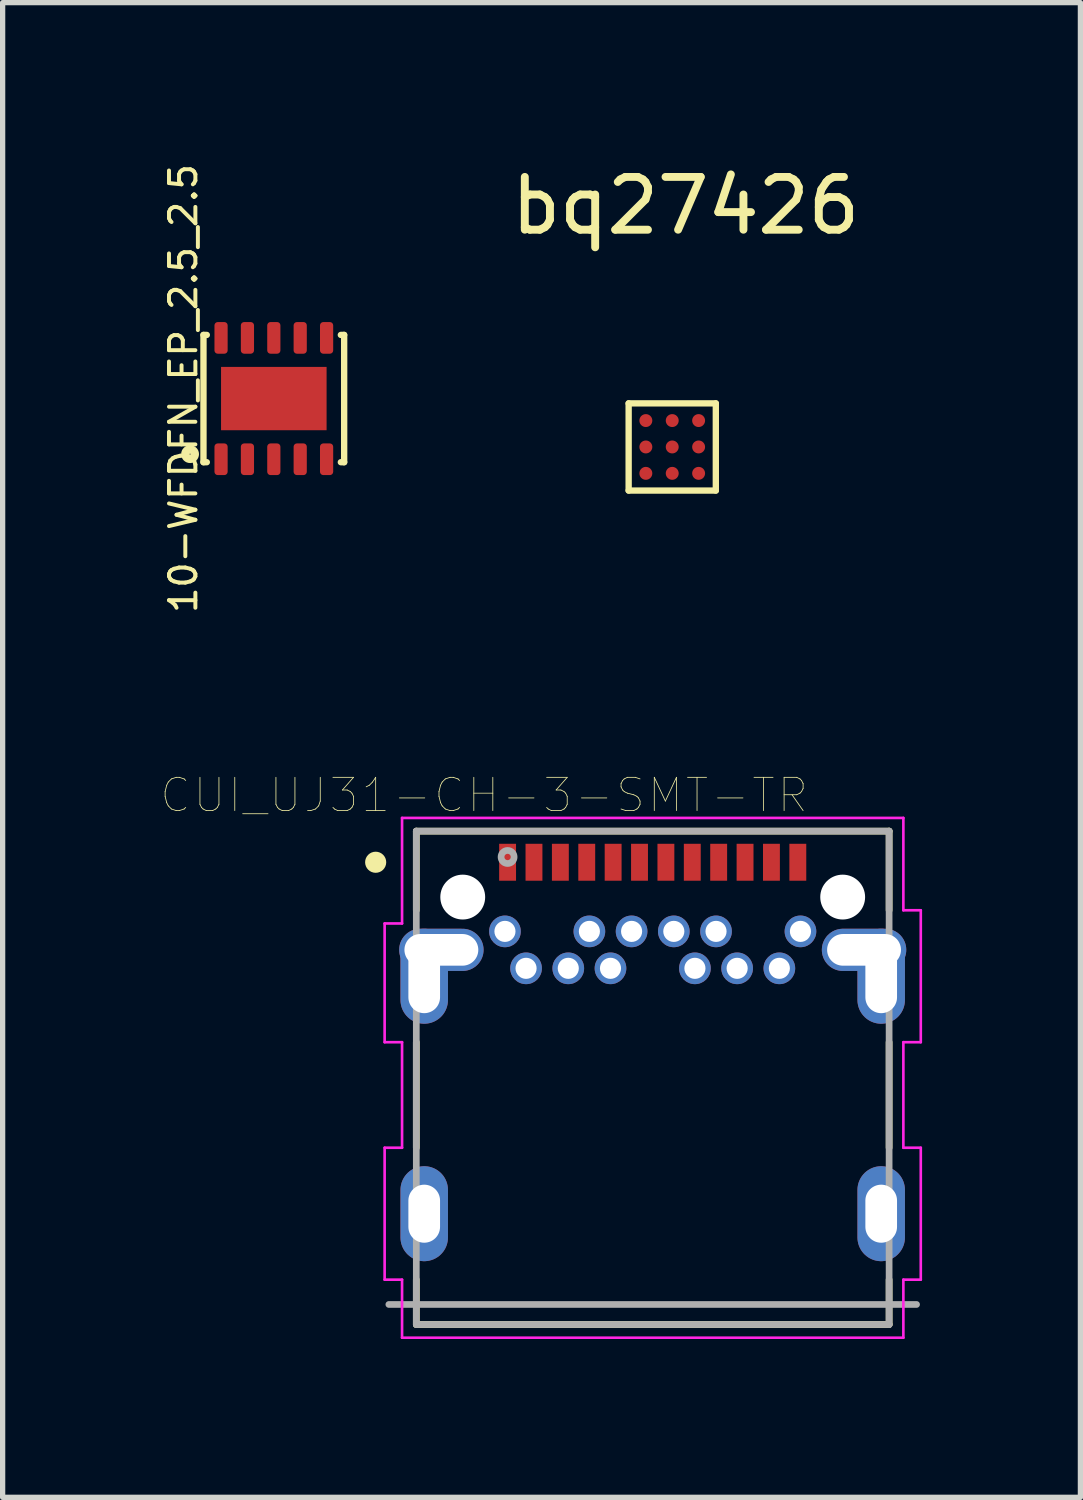
<source format=kicad_pcb>
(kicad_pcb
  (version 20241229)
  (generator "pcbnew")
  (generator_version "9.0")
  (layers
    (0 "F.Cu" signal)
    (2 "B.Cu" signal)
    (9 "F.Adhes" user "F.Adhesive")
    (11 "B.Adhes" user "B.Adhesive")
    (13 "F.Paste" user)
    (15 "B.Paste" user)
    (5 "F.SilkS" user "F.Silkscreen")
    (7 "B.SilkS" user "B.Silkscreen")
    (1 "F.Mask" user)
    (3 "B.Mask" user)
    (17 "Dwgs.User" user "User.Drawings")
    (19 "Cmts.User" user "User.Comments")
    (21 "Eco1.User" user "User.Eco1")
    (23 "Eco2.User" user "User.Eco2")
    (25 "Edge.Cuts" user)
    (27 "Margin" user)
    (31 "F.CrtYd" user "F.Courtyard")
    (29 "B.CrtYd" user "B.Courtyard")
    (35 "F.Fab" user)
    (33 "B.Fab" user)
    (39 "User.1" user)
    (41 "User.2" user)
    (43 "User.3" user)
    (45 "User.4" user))
  (footprint "bq27426"
    (layer "F.Cu")
    (at 9.689 5.42)
    (property "Reference" "bq27426" (at 0.254 -4.572 0) (layer "F.SilkS") (effects (font (size 1 1) (thickness 0.15))))
    (attr through_hole)
    (fp_line (start -0.826 -0.826) (end 0.826 -0.826) (stroke (width 0.12) (type solid)) (layer "F.SilkS"))
    (fp_line (start -0.826 0.826) (end -0.826 -0.826) (stroke (width 0.12) (type solid)) (layer "F.SilkS"))
    (fp_line (start 0.826 -0.826) (end 0.826 0.826) (stroke (width 0.12) (type solid)) (layer "F.SilkS"))
    (fp_line (start 0.826 0.826) (end -0.826 0.826) (stroke (width 0.12) (type solid)) (layer "F.SilkS"))
    (pad "A1" smd circle (at -0.5 -0.5 90) (size 0.245 0.245) (layers "F.Cu" "F.Mask" "F.Paste"))
    (pad "A2" smd circle (at 0 -0.5 90) (size 0.245 0.245) (layers "F.Cu" "F.Mask" "F.Paste"))
    (pad "A3" smd circle (at 0.5 -0.5 90) (size 0.245 0.245) (layers "F.Cu" "F.Mask" "F.Paste"))
    (pad "B1" smd circle (at -0.5 0 90) (size 0.245 0.245) (layers "F.Cu" "F.Mask" "F.Paste"))
    (pad "B2" smd circle (at 0 0 90) (size 0.245 0.245) (layers "F.Cu" "F.Mask" "F.Paste"))
    (pad "B3" smd circle (at 0.5 0 90) (size 0.245 0.245) (layers "F.Cu" "F.Mask" "F.Paste"))
    (pad "C1" smd circle (at -0.5 0.5 90) (size 0.245 0.245) (layers "F.Cu" "F.Mask" "F.Paste"))
    (pad "C2" smd circle (at 0 0.5 90) (size 0.245 0.245) (layers "F.Cu" "F.Mask" "F.Paste"))
    (pad "C3" smd circle (at 0.5 0.5 90) (size 0.245 0.245) (layers "F.Cu" "F.Mask" "F.Paste")))
  (footprint "10-WFDFN_EP_2.5_2.5"
    (layer "F.Cu")
    (at 2.139 4.503)
    (property "Reference" "10-WFDFN_EP_2.5_2.5" (at -1.714 -0.191 90) (layer "F.SilkS") (effects (font (size 0.5 0.5) (thickness 0.075))))
    (attr through_hole)
    (fp_line (start -1.333 -1.206) (end -1.333 1.206) (stroke (width 0.12) (type solid)) (layer "F.SilkS"))
    (fp_line (start -1.333 -1.206) (end -1.27 -1.206) (stroke (width 0.12) (type solid)) (layer "F.SilkS"))
    (fp_line (start -1.333 1.206) (end -1.27 1.206) (stroke (width 0.12) (type solid)) (layer "F.SilkS"))
    (fp_line (start 1.333 -1.206) (end 1.27 -1.206) (stroke (width 0.12) (type solid)) (layer "F.SilkS"))
    (fp_line (start 1.333 1.206) (end 1.27 1.206) (stroke (width 0.12) (type solid)) (layer "F.SilkS"))
    (fp_line (start 1.333 1.206) (end 1.333 -1.206) (stroke (width 0.12) (type solid)) (layer "F.SilkS"))
    (fp_circle (center -1.587 1.053) (end -1.498 1.053) (stroke (width 0.16) (type solid)) (fill no) (layer "F.SilkS"))
    (pad "1" smd roundrect (at -1 1.15) (size 0.25 0.6) (layers "F.Cu" "F.Mask" "F.Paste") (roundrect_rratio 0.25))
    (pad "2" smd roundrect (at -0.5 1.15) (size 0.25 0.6) (layers "F.Cu" "F.Mask" "F.Paste") (roundrect_rratio 0.25))
    (pad "3" smd rect (at 0 0) (size 2 1.2) (layers "F.Cu" "F.Mask" "F.Paste"))
    (pad "3" smd roundrect (at 0 1.15) (size 0.25 0.6) (layers "F.Cu" "F.Mask" "F.Paste") (roundrect_rratio 0.25))
    (pad "4" smd roundrect (at 0.5 1.15) (size 0.25 0.6) (layers "F.Cu" "F.Mask" "F.Paste") (roundrect_rratio 0.25))
    (pad "5" smd roundrect (at 1 1.15) (size 0.25 0.6) (layers "F.Cu" "F.Mask" "F.Paste") (roundrect_rratio 0.25))
    (pad "6" smd roundrect (at 1 -1.15) (size 0.25 0.6) (layers "F.Cu" "F.Mask" "F.Paste") (roundrect_rratio 0.25))
    (pad "7" smd roundrect (at 0.5 -1.15) (size 0.25 0.6) (layers "F.Cu" "F.Mask" "F.Paste") (roundrect_rratio 0.25))
    (pad "8" smd roundrect (at 0 -1.15) (size 0.25 0.6) (layers "F.Cu" "F.Mask" "F.Paste") (roundrect_rratio 0.25))
    (pad "9" smd roundrect (at -0.5 -1.15) (size 0.25 0.6) (layers "F.Cu" "F.Mask" "F.Paste") (roundrect_rratio 0.25))
    (pad "10" smd roundrect (at -1 -1.15) (size 0.25 0.6) (layers "F.Cu" "F.Mask" "F.Paste") (roundrect_rratio 0.25)))
  (footprint "CUI_UJ31-CH-3-SMT-TR"
    (layer "F.Cu")
    (at 6.569 13.29)
    (property "Reference" "CUI_UJ31-CH-3-SMT-TR" (at -0.445 -1.27 0) (layer "F.SilkS") (effects (font (size 0.63 0.63) (thickness 0.015))))
    (attr through_hole)
    (fp_poly (pts (xy 6.2 0.135) (xy 6.5 0.135) (xy 6.555 0.138) (xy 6.609 0.146) (xy 6.662 0.161) (xy 6.714 0.18) (xy 6.763 0.205) (xy 6.809 0.235) (xy 6.851 0.27) (xy 6.89 0.309) (xy 6.925 0.351) (xy 6.955 0.398) (xy 6.98 0.446) (xy 6.999 0.498) (xy 7.014 0.551) (xy 7.022 0.605) (xy 7.025 0.66) (xy 7.022 0.715) (xy 7.014 0.769) (xy 6.999 0.822) (xy 6.98 0.874) (xy 6.955 0.922) (xy 6.925 0.969) (xy 6.89 1.011) (xy 6.851 1.05) (xy 6.809 1.085) (xy 6.763 1.115) (xy 6.714 1.14) (xy 6.662 1.159) (xy 6.609 1.174) (xy 6.555 1.182) (xy 6.5 1.185) (xy 6.2 1.185) (xy 6.145 1.182) (xy 6.091 1.174) (xy 6.038 1.159) (xy 5.986 1.14) (xy 5.938 1.115) (xy 5.891 1.085) (xy 5.849 1.05) (xy 5.81 1.011) (xy 5.775 0.969) (xy 5.745 0.922) (xy 5.72 0.874) (xy 5.701 0.822) (xy 5.686 0.769) (xy 5.678 0.715) (xy 5.675 0.66) (xy 5.678 0.605) (xy 5.686 0.551) (xy 5.701 0.498) (xy 5.72 0.446) (xy 5.745 0.398) (xy 5.775 0.351) (xy 5.81 0.309) (xy 5.849 0.27) (xy 5.891 0.235) (xy 5.938 0.205) (xy 5.986 0.18) (xy 6.038 0.161) (xy 6.091 0.146) (xy 6.145 0.138) (xy 6.2 0.135)) (stroke (width 0.05) (type solid)) (fill yes) (layer "F.Mask"))
    (fp_poly (pts (xy 6.2 0.135) (xy 6.5 0.135) (xy 6.555 0.138) (xy 6.609 0.146) (xy 6.662 0.161) (xy 6.714 0.18) (xy 6.763 0.205) (xy 6.809 0.235) (xy 6.851 0.27) (xy 6.89 0.309) (xy 6.925 0.351) (xy 6.955 0.398) (xy 6.98 0.446) (xy 6.999 0.498) (xy 7.014 0.551) (xy 7.022 0.605) (xy 7.025 0.66) (xy 7.022 0.715) (xy 7.014 0.769) (xy 6.999 0.822) (xy 6.98 0.874) (xy 6.955 0.922) (xy 6.925 0.969) (xy 6.89 1.011) (xy 6.851 1.05) (xy 6.809 1.085) (xy 6.763 1.115) (xy 6.714 1.14) (xy 6.662 1.159) (xy 6.609 1.174) (xy 6.555 1.182) (xy 6.5 1.185) (xy 6.2 1.185) (xy 6.145 1.182) (xy 6.091 1.174) (xy 6.038 1.159) (xy 5.986 1.14) (xy 5.938 1.115) (xy 5.891 1.085) (xy 5.849 1.05) (xy 5.81 1.011) (xy 5.775 0.969) (xy 5.745 0.922) (xy 5.72 0.874) (xy 5.701 0.822) (xy 5.686 0.769) (xy 5.678 0.715) (xy 5.675 0.66) (xy 5.678 0.605) (xy 5.686 0.551) (xy 5.701 0.498) (xy 5.72 0.446) (xy 5.745 0.398) (xy 5.775 0.351) (xy 5.81 0.309) (xy 5.849 0.27) (xy 5.891 0.235) (xy 5.938 0.205) (xy 5.986 0.18) (xy 6.038 0.161) (xy 6.091 0.146) (xy 6.145 0.138) (xy 6.2 0.135)) (stroke (width 0.05) (type solid)) (fill yes) (layer "B.Mask"))
    (fp_line (start -1.73 -0.59) (end -1.73 0.91) (stroke (width 0.127) (type solid)) (layer "F.SilkS"))
    (fp_line (start -1.73 -0.59) (end 7.23 -0.59) (stroke (width 0.127) (type solid)) (layer "F.SilkS"))
    (fp_line (start -1.73 3.41) (end -1.73 5.41) (stroke (width 0.127) (type solid)) (layer "F.SilkS"))
    (fp_line (start -1.73 7.91) (end -1.73 8.76) (stroke (width 0.127) (type solid)) (layer "F.SilkS"))
    (fp_line (start -1.73 8.76) (end 7.23 8.76) (stroke (width 0.127) (type solid)) (layer "F.SilkS"))
    (fp_line (start 7.23 -0.59) (end 7.23 0.91) (stroke (width 0.127) (type solid)) (layer "F.SilkS"))
    (fp_line (start 7.23 5.41) (end 7.23 3.41) (stroke (width 0.127) (type solid)) (layer "F.SilkS"))
    (fp_line (start 7.23 8.76) (end 7.23 7.91) (stroke (width 0.127) (type solid)) (layer "F.SilkS"))
    (fp_circle (center -2.5 0) (end -2.4 0) (stroke (width 0.2) (type solid)) (fill no) (layer "F.SilkS"))
    (fp_line (start -2.33 1.16) (end -2 1.16) (stroke (width 0.05) (type solid)) (layer "F.CrtYd"))
    (fp_line (start -2.33 3.41) (end -2.33 1.16) (stroke (width 0.05) (type solid)) (layer "F.CrtYd"))
    (fp_line (start -2.33 5.41) (end -2 5.41) (stroke (width 0.05) (type solid)) (layer "F.CrtYd"))
    (fp_line (start -2.33 7.91) (end -2.33 5.41) (stroke (width 0.05) (type solid)) (layer "F.CrtYd"))
    (fp_line (start -2 -0.84) (end 7.5 -0.84) (stroke (width 0.05) (type solid)) (layer "F.CrtYd"))
    (fp_line (start -2 1.16) (end -2 -0.84) (stroke (width 0.05) (type solid)) (layer "F.CrtYd"))
    (fp_line (start -2 3.41) (end -2.33 3.41) (stroke (width 0.05) (type solid)) (layer "F.CrtYd"))
    (fp_line (start -2 5.41) (end -2 3.41) (stroke (width 0.05) (type solid)) (layer "F.CrtYd"))
    (fp_line (start -2 7.91) (end -2.33 7.91) (stroke (width 0.05) (type solid)) (layer "F.CrtYd"))
    (fp_line (start -2 9.01) (end -2 7.91) (stroke (width 0.05) (type solid)) (layer "F.CrtYd"))
    (fp_line (start 7.5 -0.84) (end 7.5 0.91) (stroke (width 0.05) (type solid)) (layer "F.CrtYd"))
    (fp_line (start 7.5 0.91) (end 7.83 0.91) (stroke (width 0.05) (type solid)) (layer "F.CrtYd"))
    (fp_line (start 7.5 3.41) (end 7.5 5.41) (stroke (width 0.05) (type solid)) (layer "F.CrtYd"))
    (fp_line (start 7.5 5.41) (end 7.83 5.41) (stroke (width 0.05) (type solid)) (layer "F.CrtYd"))
    (fp_line (start 7.5 7.91) (end 7.5 9.01) (stroke (width 0.05) (type solid)) (layer "F.CrtYd"))
    (fp_line (start 7.5 9.01) (end -2 9.01) (stroke (width 0.05) (type solid)) (layer "F.CrtYd"))
    (fp_line (start 7.83 0.91) (end 7.83 3.41) (stroke (width 0.05) (type solid)) (layer "F.CrtYd"))
    (fp_line (start 7.83 3.41) (end 7.5 3.41) (stroke (width 0.05) (type solid)) (layer "F.CrtYd"))
    (fp_line (start 7.83 5.41) (end 7.83 7.91) (stroke (width 0.05) (type solid)) (layer "F.CrtYd"))
    (fp_line (start 7.83 7.91) (end 7.5 7.91) (stroke (width 0.05) (type solid)) (layer "F.CrtYd"))
    (fp_line (start -2.25 8.38) (end 7.75 8.38) (stroke (width 0.127) (type solid)) (layer "F.Fab"))
    (fp_line (start -1.73 -0.59) (end 7.23 -0.59) (stroke (width 0.127) (type solid)) (layer "F.Fab"))
    (fp_line (start -1.73 8.76) (end -1.73 -0.59) (stroke (width 0.127) (type solid)) (layer "F.Fab"))
    (fp_line (start 7.23 -0.59) (end 7.23 8.76) (stroke (width 0.127) (type solid)) (layer "F.Fab"))
    (fp_line (start 7.23 8.76) (end -1.73 8.76) (stroke (width 0.127) (type solid)) (layer "F.Fab"))
    (fp_circle (center 0 -0.1) (end 0.06 -0.1) (stroke (width 0.127) (type solid)) (fill no) (layer "F.Fab"))
    (pad "" np_thru_hole circle (at -0.85 0.66) (size 0.85 0.85) (drill 0.85) (layers "*.Cu" "*.Mask"))
    (pad "" np_thru_hole circle (at 6.35 0.66) (size 0.85 0.85) (drill 0.85) (layers "*.Cu" "*.Mask"))
    (pad "0" thru_hole oval (at -1.58 2.16) (size 0.9 1.8) (drill oval 0.6 1.4) (layers "*.Cu" "*.Mask"))
    (pad "0" thru_hole oval (at -1.58 6.66) (size 0.9 1.8) (drill oval 0.6 1.1) (layers "*.Cu" "*.Mask"))
    (pad "0" thru_hole oval (at -1.255 1.66) (size 1.6 0.8) (drill oval 1.4 0.6) (layers "*.Cu" "*.Mask"))
    (pad "0" thru_hole oval (at 6.755 1.66) (size 1.6 0.8) (drill oval 1.4 0.6) (layers "*.Cu" "*.Mask"))
    (pad "0" thru_hole oval (at 7.08 2.16) (size 0.9 1.8) (drill oval 0.6 1.4) (layers "*.Cu" "*.Mask"))
    (pad "0" thru_hole oval (at 7.08 6.66) (size 0.9 1.8) (drill oval 0.6 1.1) (layers "*.Cu" "*.Mask"))
    (pad "A1" smd rect (at 0 0) (size 0.32 0.7) (layers "F.Cu" "F.Mask" "F.Paste"))
    (pad "A2" smd rect (at 0.5 0) (size 0.32 0.7) (layers "F.Cu" "F.Mask" "F.Paste"))
    (pad "A3" smd rect (at 1 0) (size 0.32 0.7) (layers "F.Cu" "F.Mask" "F.Paste"))
    (pad "A4" smd rect (at 1.5 0) (size 0.32 0.7) (layers "F.Cu" "F.Mask" "F.Paste"))
    (pad "A5" smd rect (at 2 0) (size 0.32 0.7) (layers "F.Cu" "F.Mask" "F.Paste"))
    (pad "A6" smd rect (at 2.5 0) (size 0.32 0.7) (layers "F.Cu" "F.Mask" "F.Paste"))
    (pad "A7" smd rect (at 3 0) (size 0.32 0.7) (layers "F.Cu" "F.Mask" "F.Paste"))
    (pad "A8" smd rect (at 3.5 0) (size 0.32 0.7) (layers "F.Cu" "F.Mask" "F.Paste"))
    (pad "A9" smd rect (at 4 0) (size 0.32 0.7) (layers "F.Cu" "F.Mask" "F.Paste"))
    (pad "A10" smd rect (at 4.5 0) (size 0.32 0.7) (layers "F.Cu" "F.Mask" "F.Paste"))
    (pad "A11" smd rect (at 5 0) (size 0.32 0.7) (layers "F.Cu" "F.Mask" "F.Paste"))
    (pad "A12" smd rect (at 5.5 0) (size 0.32 0.7) (layers "F.Cu" "F.Mask" "F.Paste"))
    (pad "B1" thru_hole circle (at 5.55 1.31) (size 0.6 0.6) (drill 0.4) (layers "*.Cu" "*.Mask"))
    (pad "B2" thru_hole circle (at 5.15 2.01) (size 0.6 0.6) (drill 0.4) (layers "*.Cu" "*.Mask"))
    (pad "B3" thru_hole circle (at 4.35 2.01) (size 0.6 0.6) (drill 0.4) (layers "*.Cu" "*.Mask"))
    (pad "B4" thru_hole circle (at 3.95 1.31) (size 0.6 0.6) (drill 0.4) (layers "*.Cu" "*.Mask"))
    (pad "B5" thru_hole circle (at 3.55 2.01) (size 0.6 0.6) (drill 0.4) (layers "*.Cu" "*.Mask"))
    (pad "B6" thru_hole circle (at 3.15 1.31) (size 0.6 0.6) (drill 0.4) (layers "*.Cu" "*.Mask"))
    (pad "B7" thru_hole circle (at 2.35 1.31) (size 0.6 0.6) (drill 0.4) (layers "*.Cu" "*.Mask"))
    (pad "B8" thru_hole circle (at 1.95 2.01) (size 0.6 0.6) (drill 0.4) (layers "*.Cu" "*.Mask"))
    (pad "B9" thru_hole circle (at 1.55 1.31) (size 0.6 0.6) (drill 0.4) (layers "*.Cu" "*.Mask"))
    (pad "B10" thru_hole circle (at 1.15 2.01) (size 0.6 0.6) (drill 0.4) (layers "*.Cu" "*.Mask"))
    (pad "B11" thru_hole circle (at 0.35 2.01) (size 0.6 0.6) (drill 0.4) (layers "*.Cu" "*.Mask"))
    (pad "B12" thru_hole circle (at -0.05 1.31) (size 0.6 0.6) (drill 0.4) (layers "*.Cu" "*.Mask")))
  (gr_rect
    (start -3 -3)
    (end 17.424 25.325)
    (stroke (width 0.1) (type default))
    (fill no)
    (layer "Edge.Cuts")))
</source>
